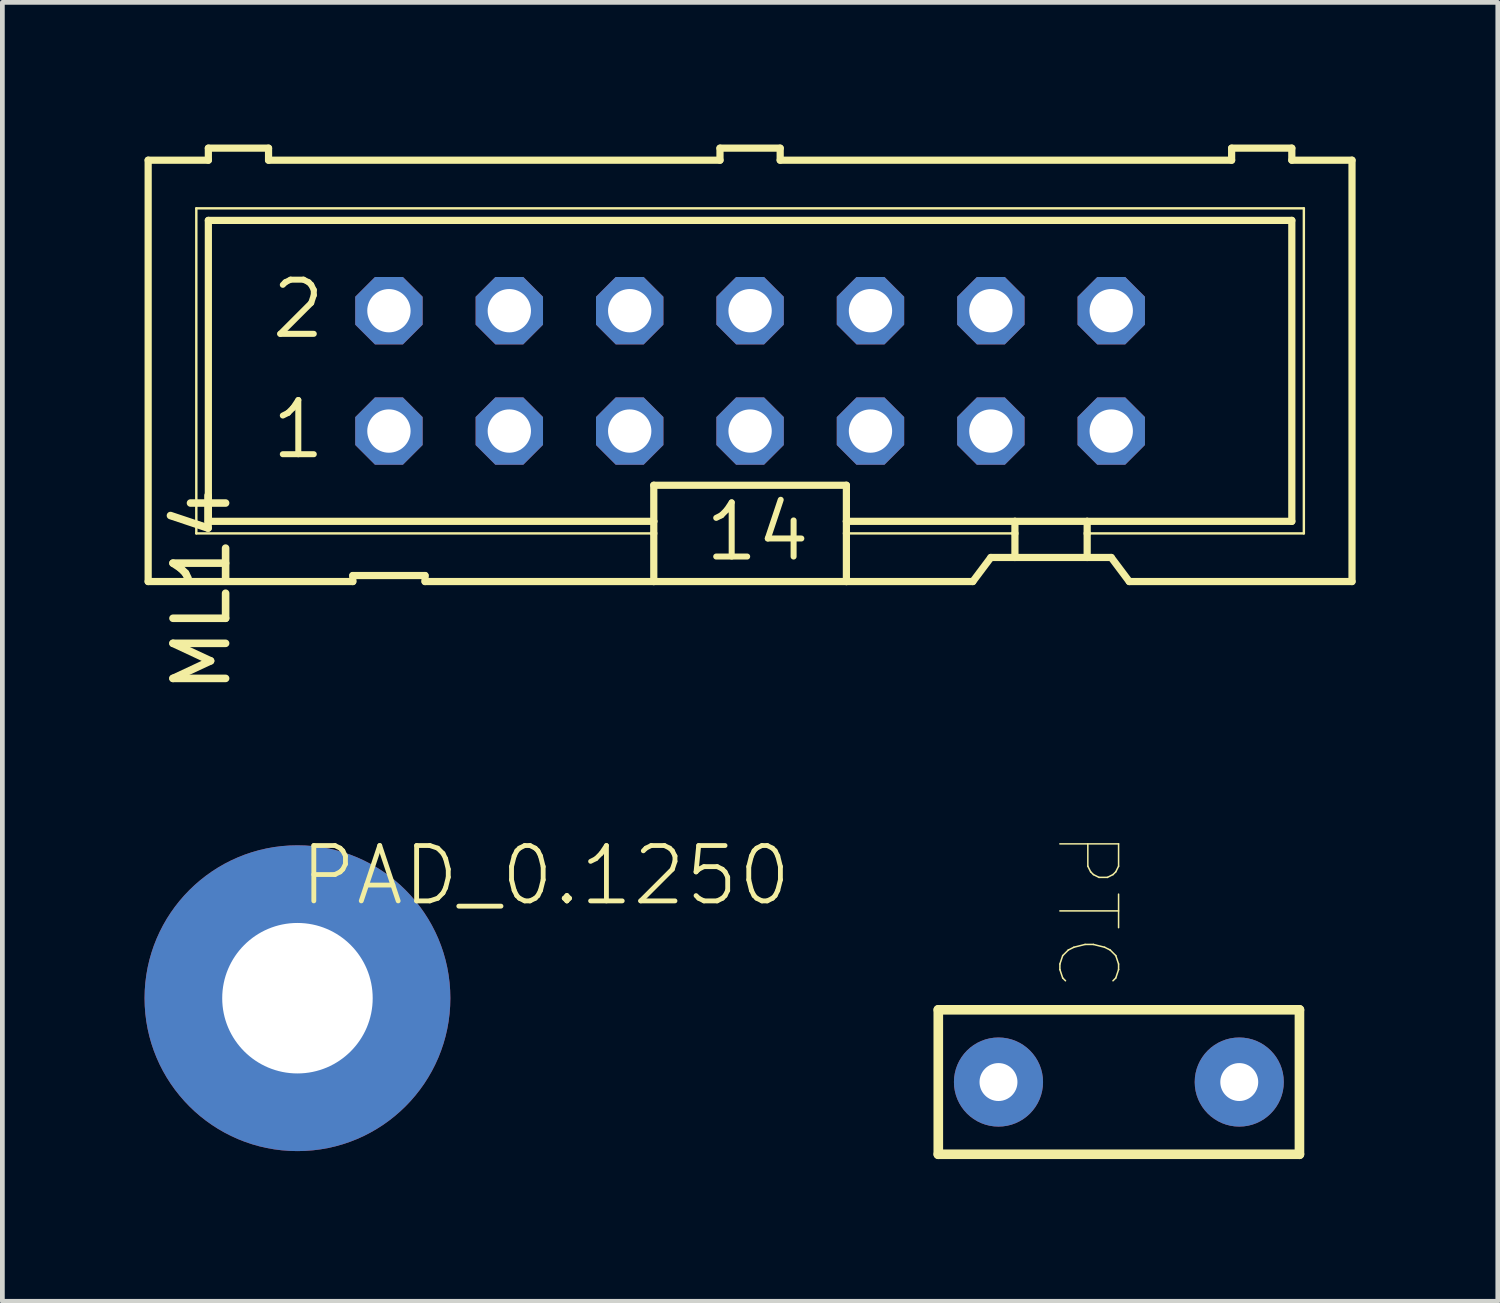
<source format=kicad_pcb>
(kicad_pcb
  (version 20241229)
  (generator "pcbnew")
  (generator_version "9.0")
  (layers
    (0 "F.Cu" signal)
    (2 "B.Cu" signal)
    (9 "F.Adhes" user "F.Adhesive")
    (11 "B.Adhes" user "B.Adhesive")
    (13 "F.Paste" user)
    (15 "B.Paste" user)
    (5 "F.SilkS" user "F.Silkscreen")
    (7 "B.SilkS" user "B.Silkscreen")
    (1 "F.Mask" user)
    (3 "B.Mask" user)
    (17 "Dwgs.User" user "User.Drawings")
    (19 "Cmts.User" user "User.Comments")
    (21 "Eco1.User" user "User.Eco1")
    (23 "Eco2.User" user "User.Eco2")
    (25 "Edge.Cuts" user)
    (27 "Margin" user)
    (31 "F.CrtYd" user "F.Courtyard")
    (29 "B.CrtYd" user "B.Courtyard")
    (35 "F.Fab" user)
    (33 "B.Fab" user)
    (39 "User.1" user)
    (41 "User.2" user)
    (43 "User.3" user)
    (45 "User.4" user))
  (footprint "PTC"
    (layer "F.Cu")
    (at 20.557 19.78)
    (property "Reference" "PTC" (at 0.051 -1.88 270) (unlocked yes) (layer "F.SilkS") (effects (font (size 1.238 1.238) (thickness 0.032)) (justify right top)))
    (fp_line (start -3.81 -1.524) (end 3.81 -1.524) (stroke (width 0.203) (type solid)) (layer "F.SilkS"))
    (fp_line (start -3.81 1.524) (end -3.81 -1.524) (stroke (width 0.203) (type solid)) (layer "F.SilkS"))
    (fp_line (start 3.81 -1.524) (end 3.81 1.524) (stroke (width 0.203) (type solid)) (layer "F.SilkS"))
    (fp_line (start 3.81 1.524) (end -3.81 1.524) (stroke (width 0.203) (type solid)) (layer "F.SilkS"))
    (pad "P$1" thru_hole circle (at -2.54 0) (size 1.88 1.88) (drill 0.8) (layers "*.Cu" "*.Mask"))
    (pad "P$2" thru_hole circle (at 2.54 0) (size 1.88 1.88) (drill 0.8) (layers "*.Cu" "*.Mask")))
  (footprint "PAD_0.1250"
    (layer "F.Cu")
    (at 3.226 18.011)
    (property "Reference" "PAD_0.1250" (at 0 -1.905 0) (unlocked yes) (layer "F.SilkS") (effects (font (size 1.168 1.168) (thickness 0.102)) (justify left bottom)))
    (pad "1" thru_hole circle (at 0 0) (size 6.452 6.452) (drill 3.175) (layers "*.Cu" "*.Mask")))
  (footprint "ML14"
    (layer "F.Cu")
    (at 12.776 4.775)
    (property "Reference" "ML14" (at -10.922 6.858 90) (unlocked yes) (layer "F.SilkS") (effects (font (size 1.11 1.11) (thickness 0.16)) (justify left bottom)))
    (fp_line (start -12.7 -4.445) (end -12.7 4.445) (stroke (width 0.152) (type solid)) (layer "F.SilkS"))
    (fp_line (start -12.7 -4.445) (end -11.43 -4.445) (stroke (width 0.152) (type solid)) (layer "F.SilkS"))
    (fp_line (start -11.684 -3.429) (end -11.684 3.429) (stroke (width 0.051) (type solid)) (layer "F.SilkS"))
    (fp_line (start -11.684 3.429) (end -2.032 3.429) (stroke (width 0.051) (type solid)) (layer "F.SilkS"))
    (fp_line (start -11.43 -4.699) (end -11.43 -4.445) (stroke (width 0.152) (type solid)) (layer "F.SilkS"))
    (fp_line (start -11.43 -3.175) (end -11.43 3.175) (stroke (width 0.152) (type solid)) (layer "F.SilkS"))
    (fp_line (start -11.43 -3.175) (end 11.43 -3.175) (stroke (width 0.152) (type solid)) (layer "F.SilkS"))
    (fp_line (start -10.16 -4.699) (end -11.43 -4.699) (stroke (width 0.152) (type solid)) (layer "F.SilkS"))
    (fp_line (start -10.16 -4.699) (end -10.16 -4.445) (stroke (width 0.152) (type solid)) (layer "F.SilkS"))
    (fp_line (start -10.16 -4.445) (end -0.635 -4.445) (stroke (width 0.152) (type solid)) (layer "F.SilkS"))
    (fp_line (start -8.382 4.445) (end -12.7 4.445) (stroke (width 0.152) (type solid)) (layer "F.SilkS"))
    (fp_line (start -8.382 4.445) (end -8.382 4.318) (stroke (width 0.152) (type solid)) (layer "F.SilkS"))
    (fp_line (start -6.858 4.318) (end -8.382 4.318) (stroke (width 0.152) (type solid)) (layer "F.SilkS"))
    (fp_line (start -6.858 4.318) (end -6.858 4.445) (stroke (width 0.152) (type solid)) (layer "F.SilkS"))
    (fp_line (start -2.032 3.175) (end -11.43 3.175) (stroke (width 0.152) (type solid)) (layer "F.SilkS"))
    (fp_line (start -2.032 3.175) (end -2.032 2.413) (stroke (width 0.152) (type solid)) (layer "F.SilkS"))
    (fp_line (start -2.032 3.175) (end -2.032 3.429) (stroke (width 0.152) (type solid)) (layer "F.SilkS"))
    (fp_line (start -2.032 3.429) (end -2.032 4.445) (stroke (width 0.152) (type solid)) (layer "F.SilkS"))
    (fp_line (start -2.032 4.445) (end -6.858 4.445) (stroke (width 0.152) (type solid)) (layer "F.SilkS"))
    (fp_line (start -0.635 -4.699) (end -0.635 -4.445) (stroke (width 0.152) (type solid)) (layer "F.SilkS"))
    (fp_line (start 0.635 -4.699) (end -0.635 -4.699) (stroke (width 0.152) (type solid)) (layer "F.SilkS"))
    (fp_line (start 0.635 -4.699) (end 0.635 -4.445) (stroke (width 0.152) (type solid)) (layer "F.SilkS"))
    (fp_line (start 0.635 -4.445) (end 10.16 -4.445) (stroke (width 0.152) (type solid)) (layer "F.SilkS"))
    (fp_line (start 2.032 2.413) (end -2.032 2.413) (stroke (width 0.152) (type solid)) (layer "F.SilkS"))
    (fp_line (start 2.032 2.413) (end 2.032 3.175) (stroke (width 0.152) (type solid)) (layer "F.SilkS"))
    (fp_line (start 2.032 3.175) (end 2.032 3.429) (stroke (width 0.152) (type solid)) (layer "F.SilkS"))
    (fp_line (start 2.032 3.429) (end 2.032 4.445) (stroke (width 0.152) (type solid)) (layer "F.SilkS"))
    (fp_line (start 2.032 4.445) (end -2.032 4.445) (stroke (width 0.152) (type solid)) (layer "F.SilkS"))
    (fp_line (start 4.699 4.445) (end 2.032 4.445) (stroke (width 0.152) (type solid)) (layer "F.SilkS"))
    (fp_line (start 4.699 4.445) (end 5.08 3.937) (stroke (width 0.152) (type solid)) (layer "F.SilkS"))
    (fp_line (start 5.588 3.175) (end 2.032 3.175) (stroke (width 0.152) (type solid)) (layer "F.SilkS"))
    (fp_line (start 5.588 3.175) (end 5.588 3.429) (stroke (width 0.152) (type solid)) (layer "F.SilkS"))
    (fp_line (start 5.588 3.429) (end 2.032 3.429) (stroke (width 0.051) (type solid)) (layer "F.SilkS"))
    (fp_line (start 5.588 3.429) (end 5.588 3.937) (stroke (width 0.152) (type solid)) (layer "F.SilkS"))
    (fp_line (start 5.588 3.937) (end 5.08 3.937) (stroke (width 0.152) (type solid)) (layer "F.SilkS"))
    (fp_line (start 7.112 3.175) (end 5.588 3.175) (stroke (width 0.152) (type solid)) (layer "F.SilkS"))
    (fp_line (start 7.112 3.175) (end 7.112 3.429) (stroke (width 0.152) (type solid)) (layer "F.SilkS"))
    (fp_line (start 7.112 3.429) (end 7.112 3.937) (stroke (width 0.152) (type solid)) (layer "F.SilkS"))
    (fp_line (start 7.112 3.429) (end 11.684 3.429) (stroke (width 0.051) (type solid)) (layer "F.SilkS"))
    (fp_line (start 7.112 3.937) (end 5.588 3.937) (stroke (width 0.152) (type solid)) (layer "F.SilkS"))
    (fp_line (start 7.62 3.937) (end 7.112 3.937) (stroke (width 0.152) (type solid)) (layer "F.SilkS"))
    (fp_line (start 7.62 3.937) (end 8.001 4.445) (stroke (width 0.152) (type solid)) (layer "F.SilkS"))
    (fp_line (start 10.16 -4.445) (end 10.16 -4.699) (stroke (width 0.152) (type solid)) (layer "F.SilkS"))
    (fp_line (start 11.43 -4.699) (end 10.16 -4.699) (stroke (width 0.152) (type solid)) (layer "F.SilkS"))
    (fp_line (start 11.43 -4.445) (end 11.43 -4.699) (stroke (width 0.152) (type solid)) (layer "F.SilkS"))
    (fp_line (start 11.43 -4.445) (end 12.7 -4.445) (stroke (width 0.152) (type solid)) (layer "F.SilkS"))
    (fp_line (start 11.43 3.175) (end 7.112 3.175) (stroke (width 0.152) (type solid)) (layer "F.SilkS"))
    (fp_line (start 11.43 3.175) (end 11.43 -3.175) (stroke (width 0.152) (type solid)) (layer "F.SilkS"))
    (fp_line (start 11.684 -3.429) (end -11.684 -3.429) (stroke (width 0.051) (type solid)) (layer "F.SilkS"))
    (fp_line (start 11.684 3.429) (end 11.684 -3.429) (stroke (width 0.051) (type solid)) (layer "F.SilkS"))
    (fp_line (start 12.7 4.445) (end 8.001 4.445) (stroke (width 0.152) (type solid)) (layer "F.SilkS"))
    (fp_line (start 12.7 4.445) (end 12.7 -4.445) (stroke (width 0.152) (type solid)) (layer "F.SilkS"))
    (fp_poly (pts (xy -7.874 -1.016) (xy -7.366 -1.016) (xy -7.366 -1.524) (xy -7.874 -1.524)) (stroke (width 0.1) (type default)) (fill no) (layer "F.Fab"))
    (fp_poly (pts (xy -7.874 1.524) (xy -7.366 1.524) (xy -7.366 1.016) (xy -7.874 1.016)) (stroke (width 0.1) (type default)) (fill no) (layer "F.Fab"))
    (fp_poly (pts (xy -5.334 -1.016) (xy -4.826 -1.016) (xy -4.826 -1.524) (xy -5.334 -1.524)) (stroke (width 0.1) (type default)) (fill no) (layer "F.Fab"))
    (fp_poly (pts (xy -5.334 1.524) (xy -4.826 1.524) (xy -4.826 1.016) (xy -5.334 1.016)) (stroke (width 0.1) (type default)) (fill no) (layer "F.Fab"))
    (fp_poly (pts (xy -2.794 -1.016) (xy -2.286 -1.016) (xy -2.286 -1.524) (xy -2.794 -1.524)) (stroke (width 0.1) (type default)) (fill no) (layer "F.Fab"))
    (fp_poly (pts (xy -2.794 1.524) (xy -2.286 1.524) (xy -2.286 1.016) (xy -2.794 1.016)) (stroke (width 0.1) (type default)) (fill no) (layer "F.Fab"))
    (fp_poly (pts (xy -0.254 -1.016) (xy 0.254 -1.016) (xy 0.254 -1.524) (xy -0.254 -1.524)) (stroke (width 0.1) (type default)) (fill no) (layer "F.Fab"))
    (fp_poly (pts (xy -0.254 1.524) (xy 0.254 1.524) (xy 0.254 1.016) (xy -0.254 1.016)) (stroke (width 0.1) (type default)) (fill no) (layer "F.Fab"))
    (fp_poly (pts (xy 2.286 -1.016) (xy 2.794 -1.016) (xy 2.794 -1.524) (xy 2.286 -1.524)) (stroke (width 0.1) (type default)) (fill no) (layer "F.Fab"))
    (fp_poly (pts (xy 2.286 1.524) (xy 2.794 1.524) (xy 2.794 1.016) (xy 2.286 1.016)) (stroke (width 0.1) (type default)) (fill no) (layer "F.Fab"))
    (fp_poly (pts (xy 4.826 -1.016) (xy 5.334 -1.016) (xy 5.334 -1.524) (xy 4.826 -1.524)) (stroke (width 0.1) (type default)) (fill no) (layer "F.Fab"))
    (fp_poly (pts (xy 4.826 1.524) (xy 5.334 1.524) (xy 5.334 1.016) (xy 4.826 1.016)) (stroke (width 0.1) (type default)) (fill no) (layer "F.Fab"))
    (fp_poly (pts (xy 7.366 -1.016) (xy 7.874 -1.016) (xy 7.874 -1.524) (xy 7.366 -1.524)) (stroke (width 0.1) (type default)) (fill no) (layer "F.Fab"))
    (fp_poly (pts (xy 7.366 1.524) (xy 7.874 1.524) (xy 7.874 1.016) (xy 7.366 1.016)) (stroke (width 0.1) (type default)) (fill no) (layer "F.Fab"))
    (fp_text user "2" (at -10.16 -0.635 0) (unlocked yes) (layer "F.SilkS") (effects (font (size 1.143 1.143) (thickness 0.127)) (justify left bottom)))
    (fp_text user "1" (at -10.16 1.905 0) (unlocked yes) (layer "F.SilkS") (effects (font (size 1.143 1.143) (thickness 0.127)) (justify left bottom)))
    (fp_text user "14" (at -1.016 4.064 0) (unlocked yes) (layer "F.SilkS") (effects (font (size 1.143 1.143) (thickness 0.127)) (justify left bottom)))
    (pad "1" thru_hole roundrect (at -7.62 1.27) (size 1.422 1.422) (drill 0.914) (layers "*.Cu" "*.Mask") (roundrect_rratio 0.25) (chamfer_ratio 0.293) (chamfer top_left top_right bottom_left bottom_right))
    (pad "2" thru_hole roundrect (at -7.62 -1.27) (size 1.422 1.422) (drill 0.914) (layers "*.Cu" "*.Mask") (roundrect_rratio 0.25) (chamfer_ratio 0.293) (chamfer top_left top_right bottom_left bottom_right))
    (pad "3" thru_hole roundrect (at -5.08 1.27) (size 1.422 1.422) (drill 0.914) (layers "*.Cu" "*.Mask") (roundrect_rratio 0.25) (chamfer_ratio 0.293) (chamfer top_left top_right bottom_left bottom_right))
    (pad "4" thru_hole roundrect (at -5.08 -1.27) (size 1.422 1.422) (drill 0.914) (layers "*.Cu" "*.Mask") (roundrect_rratio 0.25) (chamfer_ratio 0.293) (chamfer top_left top_right bottom_left bottom_right))
    (pad "5" thru_hole roundrect (at -2.54 1.27) (size 1.422 1.422) (drill 0.914) (layers "*.Cu" "*.Mask") (roundrect_rratio 0.25) (chamfer_ratio 0.293) (chamfer top_left top_right bottom_left bottom_right))
    (pad "6" thru_hole roundrect (at -2.54 -1.27) (size 1.422 1.422) (drill 0.914) (layers "*.Cu" "*.Mask") (roundrect_rratio 0.25) (chamfer_ratio 0.293) (chamfer top_left top_right bottom_left bottom_right))
    (pad "7" thru_hole roundrect (at 0 1.27) (size 1.422 1.422) (drill 0.914) (layers "*.Cu" "*.Mask") (roundrect_rratio 0.25) (chamfer_ratio 0.293) (chamfer top_left top_right bottom_left bottom_right))
    (pad "8" thru_hole roundrect (at 0 -1.27) (size 1.422 1.422) (drill 0.914) (layers "*.Cu" "*.Mask") (roundrect_rratio 0.25) (chamfer_ratio 0.293) (chamfer top_left top_right bottom_left bottom_right))
    (pad "9" thru_hole roundrect (at 2.54 1.27) (size 1.422 1.422) (drill 0.914) (layers "*.Cu" "*.Mask") (roundrect_rratio 0.25) (chamfer_ratio 0.293) (chamfer top_left top_right bottom_left bottom_right))
    (pad "10" thru_hole roundrect (at 2.54 -1.27) (size 1.422 1.422) (drill 0.914) (layers "*.Cu" "*.Mask") (roundrect_rratio 0.25) (chamfer_ratio 0.293) (chamfer top_left top_right bottom_left bottom_right))
    (pad "11" thru_hole roundrect (at 5.08 1.27) (size 1.422 1.422) (drill 0.914) (layers "*.Cu" "*.Mask") (roundrect_rratio 0.25) (chamfer_ratio 0.293) (chamfer top_left top_right bottom_left bottom_right))
    (pad "12" thru_hole roundrect (at 5.08 -1.27) (size 1.422 1.422) (drill 0.914) (layers "*.Cu" "*.Mask") (roundrect_rratio 0.25) (chamfer_ratio 0.293) (chamfer top_left top_right bottom_left bottom_right))
    (pad "13" thru_hole roundrect (at 7.62 1.27) (size 1.422 1.422) (drill 0.914) (layers "*.Cu" "*.Mask") (roundrect_rratio 0.25) (chamfer_ratio 0.293) (chamfer top_left top_right bottom_left bottom_right))
    (pad "14" thru_hole roundrect (at 7.62 -1.27) (size 1.422 1.422) (drill 0.914) (layers "*.Cu" "*.Mask") (roundrect_rratio 0.25) (chamfer_ratio 0.293) (chamfer top_left top_right bottom_left bottom_right)))
  (gr_rect
    (start -3 -3)
    (end 28.552 24.406)
    (stroke (width 0.1) (type default))
    (fill no)
    (layer "Edge.Cuts")))
</source>
